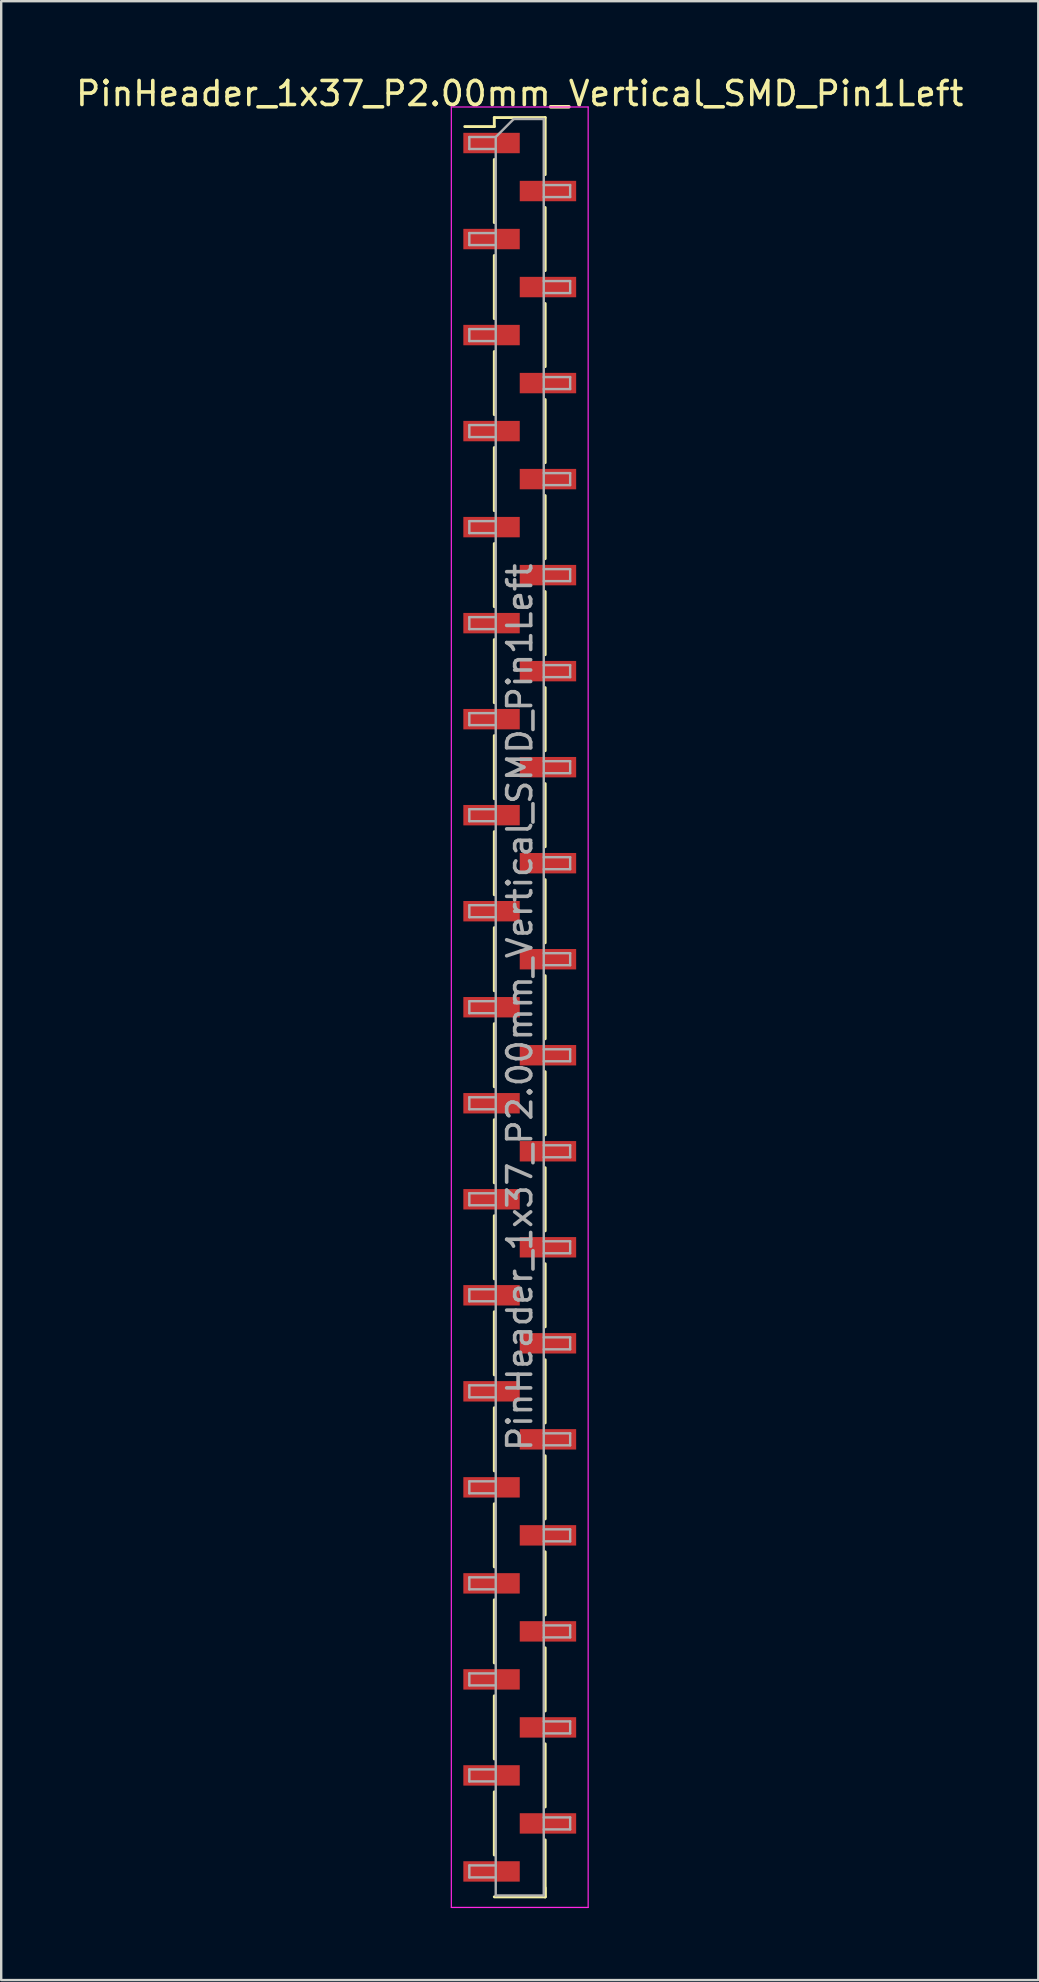
<source format=kicad_pcb>
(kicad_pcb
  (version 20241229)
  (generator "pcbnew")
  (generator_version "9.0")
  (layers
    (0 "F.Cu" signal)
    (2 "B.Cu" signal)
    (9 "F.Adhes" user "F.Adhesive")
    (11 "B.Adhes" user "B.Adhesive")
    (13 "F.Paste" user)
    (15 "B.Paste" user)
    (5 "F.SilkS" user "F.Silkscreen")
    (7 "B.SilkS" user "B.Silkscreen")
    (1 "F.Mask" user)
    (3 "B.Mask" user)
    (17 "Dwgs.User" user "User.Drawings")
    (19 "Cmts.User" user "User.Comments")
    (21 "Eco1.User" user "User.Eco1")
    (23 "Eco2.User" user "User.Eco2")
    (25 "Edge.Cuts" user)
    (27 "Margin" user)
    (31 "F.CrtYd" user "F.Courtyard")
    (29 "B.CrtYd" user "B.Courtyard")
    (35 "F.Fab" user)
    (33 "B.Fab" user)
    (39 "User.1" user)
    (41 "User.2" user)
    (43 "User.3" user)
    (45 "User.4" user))
  (footprint "PinHeader_1x37_P2.00mm_Vertical_SMD_Pin1Left"
    (layer "F.Cu")
    (at 18.601 38.908)
    (property "Reference" "PinHeader_1x37_P2.00mm_Vertical_SMD_Pin1Left" (at 0 -38.06 0) (layer "F.SilkS") (effects (font (size 1 1) (thickness 0.15))))
    (attr smd)
    (fp_line (start -1.06 -37.06) (end -1.06 -36.685) (stroke (width 0.12) (type solid)) (layer "F.SilkS"))
    (fp_line (start -1.06 -37.06) (end 1.06 -37.06) (stroke (width 0.12) (type solid)) (layer "F.SilkS"))
    (fp_line (start -1.06 -36.685) (end -2.29 -36.685) (stroke (width 0.12) (type solid)) (layer "F.SilkS"))
    (fp_line (start -1.06 -35.315) (end -1.06 -32.685) (stroke (width 0.12) (type solid)) (layer "F.SilkS"))
    (fp_line (start -1.06 -31.315) (end -1.06 -28.685) (stroke (width 0.12) (type solid)) (layer "F.SilkS"))
    (fp_line (start -1.06 -27.315) (end -1.06 -24.685) (stroke (width 0.12) (type solid)) (layer "F.SilkS"))
    (fp_line (start -1.06 -23.315) (end -1.06 -20.685) (stroke (width 0.12) (type solid)) (layer "F.SilkS"))
    (fp_line (start -1.06 -19.315) (end -1.06 -16.685) (stroke (width 0.12) (type solid)) (layer "F.SilkS"))
    (fp_line (start -1.06 -15.315) (end -1.06 -12.685) (stroke (width 0.12) (type solid)) (layer "F.SilkS"))
    (fp_line (start -1.06 -11.315) (end -1.06 -8.685) (stroke (width 0.12) (type solid)) (layer "F.SilkS"))
    (fp_line (start -1.06 -7.315) (end -1.06 -4.685) (stroke (width 0.12) (type solid)) (layer "F.SilkS"))
    (fp_line (start -1.06 -3.315) (end -1.06 -0.685) (stroke (width 0.12) (type solid)) (layer "F.SilkS"))
    (fp_line (start -1.06 0.685) (end -1.06 3.315) (stroke (width 0.12) (type solid)) (layer "F.SilkS"))
    (fp_line (start -1.06 4.685) (end -1.06 7.315) (stroke (width 0.12) (type solid)) (layer "F.SilkS"))
    (fp_line (start -1.06 8.685) (end -1.06 11.315) (stroke (width 0.12) (type solid)) (layer "F.SilkS"))
    (fp_line (start -1.06 12.685) (end -1.06 15.315) (stroke (width 0.12) (type solid)) (layer "F.SilkS"))
    (fp_line (start -1.06 16.685) (end -1.06 19.315) (stroke (width 0.12) (type solid)) (layer "F.SilkS"))
    (fp_line (start -1.06 20.685) (end -1.06 23.315) (stroke (width 0.12) (type solid)) (layer "F.SilkS"))
    (fp_line (start -1.06 24.685) (end -1.06 27.315) (stroke (width 0.12) (type solid)) (layer "F.SilkS"))
    (fp_line (start -1.06 28.685) (end -1.06 31.315) (stroke (width 0.12) (type solid)) (layer "F.SilkS"))
    (fp_line (start -1.06 32.685) (end -1.06 35.315) (stroke (width 0.12) (type solid)) (layer "F.SilkS"))
    (fp_line (start -1.06 37.06) (end 1.06 37.06) (stroke (width 0.12) (type solid)) (layer "F.SilkS"))
    (fp_line (start 1.06 -37.06) (end 1.06 -34.685) (stroke (width 0.12) (type solid)) (layer "F.SilkS"))
    (fp_line (start 1.06 -33.315) (end 1.06 -30.685) (stroke (width 0.12) (type solid)) (layer "F.SilkS"))
    (fp_line (start 1.06 -29.315) (end 1.06 -26.685) (stroke (width 0.12) (type solid)) (layer "F.SilkS"))
    (fp_line (start 1.06 -25.315) (end 1.06 -22.685) (stroke (width 0.12) (type solid)) (layer "F.SilkS"))
    (fp_line (start 1.06 -21.315) (end 1.06 -18.685) (stroke (width 0.12) (type solid)) (layer "F.SilkS"))
    (fp_line (start 1.06 -17.315) (end 1.06 -14.685) (stroke (width 0.12) (type solid)) (layer "F.SilkS"))
    (fp_line (start 1.06 -13.315) (end 1.06 -10.685) (stroke (width 0.12) (type solid)) (layer "F.SilkS"))
    (fp_line (start 1.06 -9.315) (end 1.06 -6.685) (stroke (width 0.12) (type solid)) (layer "F.SilkS"))
    (fp_line (start 1.06 -5.315) (end 1.06 -2.685) (stroke (width 0.12) (type solid)) (layer "F.SilkS"))
    (fp_line (start 1.06 -1.315) (end 1.06 1.315) (stroke (width 0.12) (type solid)) (layer "F.SilkS"))
    (fp_line (start 1.06 2.685) (end 1.06 5.315) (stroke (width 0.12) (type solid)) (layer "F.SilkS"))
    (fp_line (start 1.06 6.685) (end 1.06 9.315) (stroke (width 0.12) (type solid)) (layer "F.SilkS"))
    (fp_line (start 1.06 10.685) (end 1.06 13.315) (stroke (width 0.12) (type solid)) (layer "F.SilkS"))
    (fp_line (start 1.06 14.685) (end 1.06 17.315) (stroke (width 0.12) (type solid)) (layer "F.SilkS"))
    (fp_line (start 1.06 18.685) (end 1.06 21.315) (stroke (width 0.12) (type solid)) (layer "F.SilkS"))
    (fp_line (start 1.06 22.685) (end 1.06 25.315) (stroke (width 0.12) (type solid)) (layer "F.SilkS"))
    (fp_line (start 1.06 26.685) (end 1.06 29.315) (stroke (width 0.12) (type solid)) (layer "F.SilkS"))
    (fp_line (start 1.06 30.685) (end 1.06 33.315) (stroke (width 0.12) (type solid)) (layer "F.SilkS"))
    (fp_line (start 1.06 34.685) (end 1.06 37.06) (stroke (width 0.12) (type solid)) (layer "F.SilkS"))
    (fp_line (start 1.06 36.685) (end 1.06 37.06) (stroke (width 0.12) (type solid)) (layer "F.SilkS"))
    (fp_line (start -2.85 -37.5) (end -2.85 37.5) (stroke (width 0.05) (type solid)) (layer "F.CrtYd"))
    (fp_line (start -2.85 37.5) (end 2.85 37.5) (stroke (width 0.05) (type solid)) (layer "F.CrtYd"))
    (fp_line (start 2.85 -37.5) (end -2.85 -37.5) (stroke (width 0.05) (type solid)) (layer "F.CrtYd"))
    (fp_line (start 2.85 37.5) (end 2.85 -37.5) (stroke (width 0.05) (type solid)) (layer "F.CrtYd"))
    (fp_line (start -2.1 -36.25) (end -2.1 -35.75) (stroke (width 0.1) (type solid)) (layer "F.Fab"))
    (fp_line (start -2.1 -35.75) (end -1 -35.75) (stroke (width 0.1) (type solid)) (layer "F.Fab"))
    (fp_line (start -2.1 -32.25) (end -2.1 -31.75) (stroke (width 0.1) (type solid)) (layer "F.Fab"))
    (fp_line (start -2.1 -31.75) (end -1 -31.75) (stroke (width 0.1) (type solid)) (layer "F.Fab"))
    (fp_line (start -2.1 -28.25) (end -2.1 -27.75) (stroke (width 0.1) (type solid)) (layer "F.Fab"))
    (fp_line (start -2.1 -27.75) (end -1 -27.75) (stroke (width 0.1) (type solid)) (layer "F.Fab"))
    (fp_line (start -2.1 -24.25) (end -2.1 -23.75) (stroke (width 0.1) (type solid)) (layer "F.Fab"))
    (fp_line (start -2.1 -23.75) (end -1 -23.75) (stroke (width 0.1) (type solid)) (layer "F.Fab"))
    (fp_line (start -2.1 -20.25) (end -2.1 -19.75) (stroke (width 0.1) (type solid)) (layer "F.Fab"))
    (fp_line (start -2.1 -19.75) (end -1 -19.75) (stroke (width 0.1) (type solid)) (layer "F.Fab"))
    (fp_line (start -2.1 -16.25) (end -2.1 -15.75) (stroke (width 0.1) (type solid)) (layer "F.Fab"))
    (fp_line (start -2.1 -15.75) (end -1 -15.75) (stroke (width 0.1) (type solid)) (layer "F.Fab"))
    (fp_line (start -2.1 -12.25) (end -2.1 -11.75) (stroke (width 0.1) (type solid)) (layer "F.Fab"))
    (fp_line (start -2.1 -11.75) (end -1 -11.75) (stroke (width 0.1) (type solid)) (layer "F.Fab"))
    (fp_line (start -2.1 -8.25) (end -2.1 -7.75) (stroke (width 0.1) (type solid)) (layer "F.Fab"))
    (fp_line (start -2.1 -7.75) (end -1 -7.75) (stroke (width 0.1) (type solid)) (layer "F.Fab"))
    (fp_line (start -2.1 -4.25) (end -2.1 -3.75) (stroke (width 0.1) (type solid)) (layer "F.Fab"))
    (fp_line (start -2.1 -3.75) (end -1 -3.75) (stroke (width 0.1) (type solid)) (layer "F.Fab"))
    (fp_line (start -2.1 -0.25) (end -2.1 0.25) (stroke (width 0.1) (type solid)) (layer "F.Fab"))
    (fp_line (start -2.1 0.25) (end -1 0.25) (stroke (width 0.1) (type solid)) (layer "F.Fab"))
    (fp_line (start -2.1 3.75) (end -2.1 4.25) (stroke (width 0.1) (type solid)) (layer "F.Fab"))
    (fp_line (start -2.1 4.25) (end -1 4.25) (stroke (width 0.1) (type solid)) (layer "F.Fab"))
    (fp_line (start -2.1 7.75) (end -2.1 8.25) (stroke (width 0.1) (type solid)) (layer "F.Fab"))
    (fp_line (start -2.1 8.25) (end -1 8.25) (stroke (width 0.1) (type solid)) (layer "F.Fab"))
    (fp_line (start -2.1 11.75) (end -2.1 12.25) (stroke (width 0.1) (type solid)) (layer "F.Fab"))
    (fp_line (start -2.1 12.25) (end -1 12.25) (stroke (width 0.1) (type solid)) (layer "F.Fab"))
    (fp_line (start -2.1 15.75) (end -2.1 16.25) (stroke (width 0.1) (type solid)) (layer "F.Fab"))
    (fp_line (start -2.1 16.25) (end -1 16.25) (stroke (width 0.1) (type solid)) (layer "F.Fab"))
    (fp_line (start -2.1 19.75) (end -2.1 20.25) (stroke (width 0.1) (type solid)) (layer "F.Fab"))
    (fp_line (start -2.1 20.25) (end -1 20.25) (stroke (width 0.1) (type solid)) (layer "F.Fab"))
    (fp_line (start -2.1 23.75) (end -2.1 24.25) (stroke (width 0.1) (type solid)) (layer "F.Fab"))
    (fp_line (start -2.1 24.25) (end -1 24.25) (stroke (width 0.1) (type solid)) (layer "F.Fab"))
    (fp_line (start -2.1 27.75) (end -2.1 28.25) (stroke (width 0.1) (type solid)) (layer "F.Fab"))
    (fp_line (start -2.1 28.25) (end -1 28.25) (stroke (width 0.1) (type solid)) (layer "F.Fab"))
    (fp_line (start -2.1 31.75) (end -2.1 32.25) (stroke (width 0.1) (type solid)) (layer "F.Fab"))
    (fp_line (start -2.1 32.25) (end -1 32.25) (stroke (width 0.1) (type solid)) (layer "F.Fab"))
    (fp_line (start -2.1 35.75) (end -2.1 36.25) (stroke (width 0.1) (type solid)) (layer "F.Fab"))
    (fp_line (start -2.1 36.25) (end -1 36.25) (stroke (width 0.1) (type solid)) (layer "F.Fab"))
    (fp_line (start -1 -36.25) (end -2.1 -36.25) (stroke (width 0.1) (type solid)) (layer "F.Fab"))
    (fp_line (start -1 -36.25) (end -0.25 -37) (stroke (width 0.1) (type solid)) (layer "F.Fab"))
    (fp_line (start -1 -32.25) (end -2.1 -32.25) (stroke (width 0.1) (type solid)) (layer "F.Fab"))
    (fp_line (start -1 -28.25) (end -2.1 -28.25) (stroke (width 0.1) (type solid)) (layer "F.Fab"))
    (fp_line (start -1 -24.25) (end -2.1 -24.25) (stroke (width 0.1) (type solid)) (layer "F.Fab"))
    (fp_line (start -1 -20.25) (end -2.1 -20.25) (stroke (width 0.1) (type solid)) (layer "F.Fab"))
    (fp_line (start -1 -16.25) (end -2.1 -16.25) (stroke (width 0.1) (type solid)) (layer "F.Fab"))
    (fp_line (start -1 -12.25) (end -2.1 -12.25) (stroke (width 0.1) (type solid)) (layer "F.Fab"))
    (fp_line (start -1 -8.25) (end -2.1 -8.25) (stroke (width 0.1) (type solid)) (layer "F.Fab"))
    (fp_line (start -1 -4.25) (end -2.1 -4.25) (stroke (width 0.1) (type solid)) (layer "F.Fab"))
    (fp_line (start -1 -0.25) (end -2.1 -0.25) (stroke (width 0.1) (type solid)) (layer "F.Fab"))
    (fp_line (start -1 3.75) (end -2.1 3.75) (stroke (width 0.1) (type solid)) (layer "F.Fab"))
    (fp_line (start -1 7.75) (end -2.1 7.75) (stroke (width 0.1) (type solid)) (layer "F.Fab"))
    (fp_line (start -1 11.75) (end -2.1 11.75) (stroke (width 0.1) (type solid)) (layer "F.Fab"))
    (fp_line (start -1 15.75) (end -2.1 15.75) (stroke (width 0.1) (type solid)) (layer "F.Fab"))
    (fp_line (start -1 19.75) (end -2.1 19.75) (stroke (width 0.1) (type solid)) (layer "F.Fab"))
    (fp_line (start -1 23.75) (end -2.1 23.75) (stroke (width 0.1) (type solid)) (layer "F.Fab"))
    (fp_line (start -1 27.75) (end -2.1 27.75) (stroke (width 0.1) (type solid)) (layer "F.Fab"))
    (fp_line (start -1 31.75) (end -2.1 31.75) (stroke (width 0.1) (type solid)) (layer "F.Fab"))
    (fp_line (start -1 35.75) (end -2.1 35.75) (stroke (width 0.1) (type solid)) (layer "F.Fab"))
    (fp_line (start -1 37) (end -1 -36.25) (stroke (width 0.1) (type solid)) (layer "F.Fab"))
    (fp_line (start -0.25 -37) (end 1 -37) (stroke (width 0.1) (type solid)) (layer "F.Fab"))
    (fp_line (start 1 -37) (end 1 37) (stroke (width 0.1) (type solid)) (layer "F.Fab"))
    (fp_line (start 1 -34.25) (end 2.1 -34.25) (stroke (width 0.1) (type solid)) (layer "F.Fab"))
    (fp_line (start 1 -30.25) (end 2.1 -30.25) (stroke (width 0.1) (type solid)) (layer "F.Fab"))
    (fp_line (start 1 -26.25) (end 2.1 -26.25) (stroke (width 0.1) (type solid)) (layer "F.Fab"))
    (fp_line (start 1 -22.25) (end 2.1 -22.25) (stroke (width 0.1) (type solid)) (layer "F.Fab"))
    (fp_line (start 1 -18.25) (end 2.1 -18.25) (stroke (width 0.1) (type solid)) (layer "F.Fab"))
    (fp_line (start 1 -14.25) (end 2.1 -14.25) (stroke (width 0.1) (type solid)) (layer "F.Fab"))
    (fp_line (start 1 -10.25) (end 2.1 -10.25) (stroke (width 0.1) (type solid)) (layer "F.Fab"))
    (fp_line (start 1 -6.25) (end 2.1 -6.25) (stroke (width 0.1) (type solid)) (layer "F.Fab"))
    (fp_line (start 1 -2.25) (end 2.1 -2.25) (stroke (width 0.1) (type solid)) (layer "F.Fab"))
    (fp_line (start 1 1.75) (end 2.1 1.75) (stroke (width 0.1) (type solid)) (layer "F.Fab"))
    (fp_line (start 1 5.75) (end 2.1 5.75) (stroke (width 0.1) (type solid)) (layer "F.Fab"))
    (fp_line (start 1 9.75) (end 2.1 9.75) (stroke (width 0.1) (type solid)) (layer "F.Fab"))
    (fp_line (start 1 13.75) (end 2.1 13.75) (stroke (width 0.1) (type solid)) (layer "F.Fab"))
    (fp_line (start 1 17.75) (end 2.1 17.75) (stroke (width 0.1) (type solid)) (layer "F.Fab"))
    (fp_line (start 1 21.75) (end 2.1 21.75) (stroke (width 0.1) (type solid)) (layer "F.Fab"))
    (fp_line (start 1 25.75) (end 2.1 25.75) (stroke (width 0.1) (type solid)) (layer "F.Fab"))
    (fp_line (start 1 29.75) (end 2.1 29.75) (stroke (width 0.1) (type solid)) (layer "F.Fab"))
    (fp_line (start 1 33.75) (end 2.1 33.75) (stroke (width 0.1) (type solid)) (layer "F.Fab"))
    (fp_line (start 1 37) (end -1 37) (stroke (width 0.1) (type solid)) (layer "F.Fab"))
    (fp_line (start 2.1 -34.25) (end 2.1 -33.75) (stroke (width 0.1) (type solid)) (layer "F.Fab"))
    (fp_line (start 2.1 -33.75) (end 1 -33.75) (stroke (width 0.1) (type solid)) (layer "F.Fab"))
    (fp_line (start 2.1 -30.25) (end 2.1 -29.75) (stroke (width 0.1) (type solid)) (layer "F.Fab"))
    (fp_line (start 2.1 -29.75) (end 1 -29.75) (stroke (width 0.1) (type solid)) (layer "F.Fab"))
    (fp_line (start 2.1 -26.25) (end 2.1 -25.75) (stroke (width 0.1) (type solid)) (layer "F.Fab"))
    (fp_line (start 2.1 -25.75) (end 1 -25.75) (stroke (width 0.1) (type solid)) (layer "F.Fab"))
    (fp_line (start 2.1 -22.25) (end 2.1 -21.75) (stroke (width 0.1) (type solid)) (layer "F.Fab"))
    (fp_line (start 2.1 -21.75) (end 1 -21.75) (stroke (width 0.1) (type solid)) (layer "F.Fab"))
    (fp_line (start 2.1 -18.25) (end 2.1 -17.75) (stroke (width 0.1) (type solid)) (layer "F.Fab"))
    (fp_line (start 2.1 -17.75) (end 1 -17.75) (stroke (width 0.1) (type solid)) (layer "F.Fab"))
    (fp_line (start 2.1 -14.25) (end 2.1 -13.75) (stroke (width 0.1) (type solid)) (layer "F.Fab"))
    (fp_line (start 2.1 -13.75) (end 1 -13.75) (stroke (width 0.1) (type solid)) (layer "F.Fab"))
    (fp_line (start 2.1 -10.25) (end 2.1 -9.75) (stroke (width 0.1) (type solid)) (layer "F.Fab"))
    (fp_line (start 2.1 -9.75) (end 1 -9.75) (stroke (width 0.1) (type solid)) (layer "F.Fab"))
    (fp_line (start 2.1 -6.25) (end 2.1 -5.75) (stroke (width 0.1) (type solid)) (layer "F.Fab"))
    (fp_line (start 2.1 -5.75) (end 1 -5.75) (stroke (width 0.1) (type solid)) (layer "F.Fab"))
    (fp_line (start 2.1 -2.25) (end 2.1 -1.75) (stroke (width 0.1) (type solid)) (layer "F.Fab"))
    (fp_line (start 2.1 -1.75) (end 1 -1.75) (stroke (width 0.1) (type solid)) (layer "F.Fab"))
    (fp_line (start 2.1 1.75) (end 2.1 2.25) (stroke (width 0.1) (type solid)) (layer "F.Fab"))
    (fp_line (start 2.1 2.25) (end 1 2.25) (stroke (width 0.1) (type solid)) (layer "F.Fab"))
    (fp_line (start 2.1 5.75) (end 2.1 6.25) (stroke (width 0.1) (type solid)) (layer "F.Fab"))
    (fp_line (start 2.1 6.25) (end 1 6.25) (stroke (width 0.1) (type solid)) (layer "F.Fab"))
    (fp_line (start 2.1 9.75) (end 2.1 10.25) (stroke (width 0.1) (type solid)) (layer "F.Fab"))
    (fp_line (start 2.1 10.25) (end 1 10.25) (stroke (width 0.1) (type solid)) (layer "F.Fab"))
    (fp_line (start 2.1 13.75) (end 2.1 14.25) (stroke (width 0.1) (type solid)) (layer "F.Fab"))
    (fp_line (start 2.1 14.25) (end 1 14.25) (stroke (width 0.1) (type solid)) (layer "F.Fab"))
    (fp_line (start 2.1 17.75) (end 2.1 18.25) (stroke (width 0.1) (type solid)) (layer "F.Fab"))
    (fp_line (start 2.1 18.25) (end 1 18.25) (stroke (width 0.1) (type solid)) (layer "F.Fab"))
    (fp_line (start 2.1 21.75) (end 2.1 22.25) (stroke (width 0.1) (type solid)) (layer "F.Fab"))
    (fp_line (start 2.1 22.25) (end 1 22.25) (stroke (width 0.1) (type solid)) (layer "F.Fab"))
    (fp_line (start 2.1 25.75) (end 2.1 26.25) (stroke (width 0.1) (type solid)) (layer "F.Fab"))
    (fp_line (start 2.1 26.25) (end 1 26.25) (stroke (width 0.1) (type solid)) (layer "F.Fab"))
    (fp_line (start 2.1 29.75) (end 2.1 30.25) (stroke (width 0.1) (type solid)) (layer "F.Fab"))
    (fp_line (start 2.1 30.25) (end 1 30.25) (stroke (width 0.1) (type solid)) (layer "F.Fab"))
    (fp_line (start 2.1 33.75) (end 2.1 34.25) (stroke (width 0.1) (type solid)) (layer "F.Fab"))
    (fp_line (start 2.1 34.25) (end 1 34.25) (stroke (width 0.1) (type solid)) (layer "F.Fab"))
    (fp_text user "${REFERENCE}" (at 0 0 90) (layer "F.Fab") (effects (font (size 1 1) (thickness 0.15))))
    (pad "1" smd rect (at -1.175 -36) (size 2.35 0.85) (layers "F.Cu" "F.Mask" "F.Paste"))
    (pad "2" smd rect (at 1.175 -34) (size 2.35 0.85) (layers "F.Cu" "F.Mask" "F.Paste"))
    (pad "3" smd rect (at -1.175 -32) (size 2.35 0.85) (layers "F.Cu" "F.Mask" "F.Paste"))
    (pad "4" smd rect (at 1.175 -30) (size 2.35 0.85) (layers "F.Cu" "F.Mask" "F.Paste"))
    (pad "5" smd rect (at -1.175 -28) (size 2.35 0.85) (layers "F.Cu" "F.Mask" "F.Paste"))
    (pad "6" smd rect (at 1.175 -26) (size 2.35 0.85) (layers "F.Cu" "F.Mask" "F.Paste"))
    (pad "7" smd rect (at -1.175 -24) (size 2.35 0.85) (layers "F.Cu" "F.Mask" "F.Paste"))
    (pad "8" smd rect (at 1.175 -22) (size 2.35 0.85) (layers "F.Cu" "F.Mask" "F.Paste"))
    (pad "9" smd rect (at -1.175 -20) (size 2.35 0.85) (layers "F.Cu" "F.Mask" "F.Paste"))
    (pad "10" smd rect (at 1.175 -18) (size 2.35 0.85) (layers "F.Cu" "F.Mask" "F.Paste"))
    (pad "11" smd rect (at -1.175 -16) (size 2.35 0.85) (layers "F.Cu" "F.Mask" "F.Paste"))
    (pad "12" smd rect (at 1.175 -14) (size 2.35 0.85) (layers "F.Cu" "F.Mask" "F.Paste"))
    (pad "13" smd rect (at -1.175 -12) (size 2.35 0.85) (layers "F.Cu" "F.Mask" "F.Paste"))
    (pad "14" smd rect (at 1.175 -10) (size 2.35 0.85) (layers "F.Cu" "F.Mask" "F.Paste"))
    (pad "15" smd rect (at -1.175 -8) (size 2.35 0.85) (layers "F.Cu" "F.Mask" "F.Paste"))
    (pad "16" smd rect (at 1.175 -6) (size 2.35 0.85) (layers "F.Cu" "F.Mask" "F.Paste"))
    (pad "17" smd rect (at -1.175 -4) (size 2.35 0.85) (layers "F.Cu" "F.Mask" "F.Paste"))
    (pad "18" smd rect (at 1.175 -2) (size 2.35 0.85) (layers "F.Cu" "F.Mask" "F.Paste"))
    (pad "19" smd rect (at -1.175 0) (size 2.35 0.85) (layers "F.Cu" "F.Mask" "F.Paste"))
    (pad "20" smd rect (at 1.175 2) (size 2.35 0.85) (layers "F.Cu" "F.Mask" "F.Paste"))
    (pad "21" smd rect (at -1.175 4) (size 2.35 0.85) (layers "F.Cu" "F.Mask" "F.Paste"))
    (pad "22" smd rect (at 1.175 6) (size 2.35 0.85) (layers "F.Cu" "F.Mask" "F.Paste"))
    (pad "23" smd rect (at -1.175 8) (size 2.35 0.85) (layers "F.Cu" "F.Mask" "F.Paste"))
    (pad "24" smd rect (at 1.175 10) (size 2.35 0.85) (layers "F.Cu" "F.Mask" "F.Paste"))
    (pad "25" smd rect (at -1.175 12) (size 2.35 0.85) (layers "F.Cu" "F.Mask" "F.Paste"))
    (pad "26" smd rect (at 1.175 14) (size 2.35 0.85) (layers "F.Cu" "F.Mask" "F.Paste"))
    (pad "27" smd rect (at -1.175 16) (size 2.35 0.85) (layers "F.Cu" "F.Mask" "F.Paste"))
    (pad "28" smd rect (at 1.175 18) (size 2.35 0.85) (layers "F.Cu" "F.Mask" "F.Paste"))
    (pad "29" smd rect (at -1.175 20) (size 2.35 0.85) (layers "F.Cu" "F.Mask" "F.Paste"))
    (pad "30" smd rect (at 1.175 22) (size 2.35 0.85) (layers "F.Cu" "F.Mask" "F.Paste"))
    (pad "31" smd rect (at -1.175 24) (size 2.35 0.85) (layers "F.Cu" "F.Mask" "F.Paste"))
    (pad "32" smd rect (at 1.175 26) (size 2.35 0.85) (layers "F.Cu" "F.Mask" "F.Paste"))
    (pad "33" smd rect (at -1.175 28) (size 2.35 0.85) (layers "F.Cu" "F.Mask" "F.Paste"))
    (pad "34" smd rect (at 1.175 30) (size 2.35 0.85) (layers "F.Cu" "F.Mask" "F.Paste"))
    (pad "35" smd rect (at -1.175 32) (size 2.35 0.85) (layers "F.Cu" "F.Mask" "F.Paste"))
    (pad "36" smd rect (at 1.175 34) (size 2.35 0.85) (layers "F.Cu" "F.Mask" "F.Paste"))
    (pad "37" smd rect (at -1.175 36) (size 2.35 0.85) (layers "F.Cu" "F.Mask" "F.Paste")))
  (gr_rect
    (start -3 -3)
    (end 40.202 79.433)
    (stroke (width 0.1) (type default))
    (fill no)
    (layer "Edge.Cuts")))
</source>
